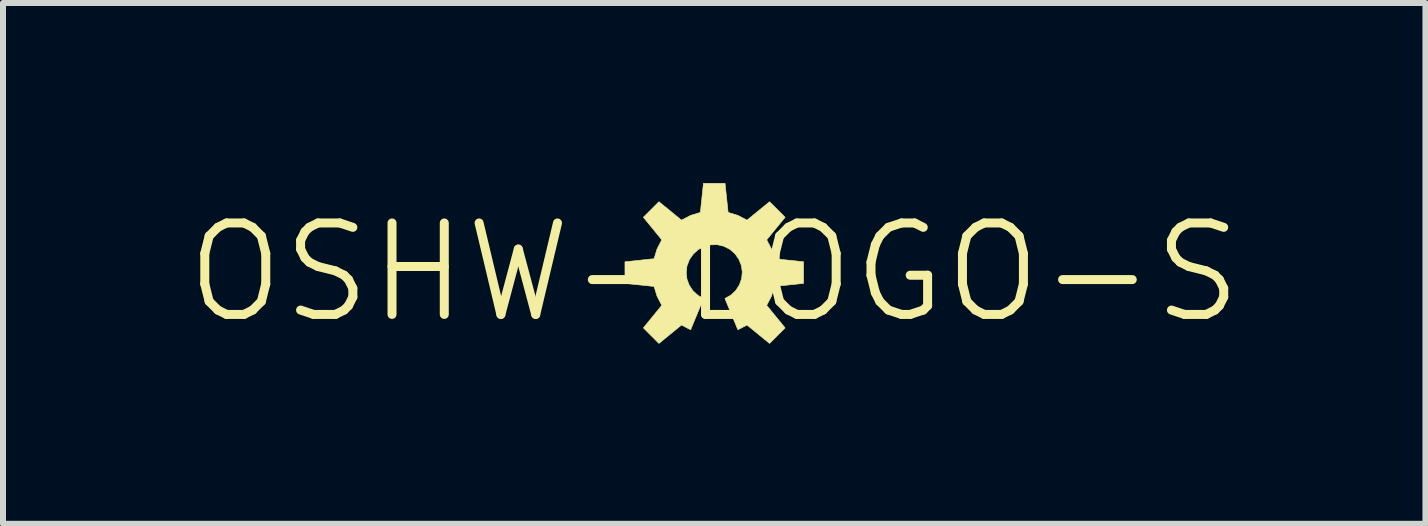
<source format=kicad_pcb>
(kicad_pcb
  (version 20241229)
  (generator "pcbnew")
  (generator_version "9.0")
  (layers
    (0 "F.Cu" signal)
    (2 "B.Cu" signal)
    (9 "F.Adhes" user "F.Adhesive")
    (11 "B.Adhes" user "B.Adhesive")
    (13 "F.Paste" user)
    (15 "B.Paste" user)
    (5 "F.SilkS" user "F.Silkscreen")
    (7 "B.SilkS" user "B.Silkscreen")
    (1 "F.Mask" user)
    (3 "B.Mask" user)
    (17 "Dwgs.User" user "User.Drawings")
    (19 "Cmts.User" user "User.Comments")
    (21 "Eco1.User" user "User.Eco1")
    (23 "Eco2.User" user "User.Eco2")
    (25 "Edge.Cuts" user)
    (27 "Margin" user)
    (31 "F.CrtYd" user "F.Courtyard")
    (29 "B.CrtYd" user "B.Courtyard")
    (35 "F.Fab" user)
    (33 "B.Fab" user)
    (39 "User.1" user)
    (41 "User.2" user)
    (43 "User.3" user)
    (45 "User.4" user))
  (footprint "OSHW-LOGO-S"
    (layer "F.Cu")
    (at 8.854 1.493)
    (property "Reference" "OSHW-LOGO-S" (at 0 0 0) (layer "F.SilkS") (effects (font (size 1.524 1.524) (thickness 0.15))))
    (attr exclude_from_pos_files exclude_from_bom)
    (fp_poly (pts (xy 0.394 0.953) (xy 0.546 0.874) (xy 0.922 1.181) (xy 1.181 0.922) (xy 0.874 0.546) (xy 0.953 0.394) (xy 1.003 0.231) (xy 1.488 0.18) (xy 1.488 -0.18) (xy 1.003 -0.231) (xy 0.953 -0.394) (xy 0.874 -0.546) (xy 1.181 -0.922) (xy 0.922 -1.181) (xy 0.546 -0.874) (xy 0.394 -0.953) (xy 0.231 -1.003) (xy 0.18 -1.488) (xy -0.18 -1.488) (xy -0.231 -1.003) (xy -0.394 -0.953) (xy -0.546 -0.874) (xy -0.922 -1.181) (xy -1.181 -0.922) (xy -0.874 -0.546) (xy -0.953 -0.394) (xy -1.003 -0.231) (xy -1.488 -0.18) (xy -1.488 0.18) (xy -1.003 0.231) (xy -0.953 0.394) (xy -0.874 0.546) (xy -1.181 0.922) (xy -0.922 1.181) (xy -0.546 0.874) (xy -0.394 0.953) (xy -0.178 0.432) (xy -0.274 0.378) (xy -0.356 0.302) (xy -0.417 0.211) (xy -0.455 0.109) (xy -0.467 0) (xy -0.455 -0.109) (xy -0.414 -0.216) (xy -0.351 -0.307) (xy -0.267 -0.384) (xy -0.168 -0.434) (xy -0.061 -0.462) (xy 0.051 -0.465) (xy 0.16 -0.439) (xy 0.259 -0.389) (xy 0.345 -0.315) (xy 0.409 -0.224) (xy 0.452 -0.119) (xy 0.467 -0.01) (xy 0.457 0.099) (xy 0.419 0.206) (xy 0.358 0.3) (xy 0.277 0.376) (xy 0.178 0.432)) (stroke (width 0.01) (type solid)) (fill yes) (layer "F.SilkS")))
  (gr_rect
    (start -3 -3)
    (end 20.707 5.68)
    (stroke (width 0.1) (type default))
    (fill no)
    (layer "Edge.Cuts")))
</source>
